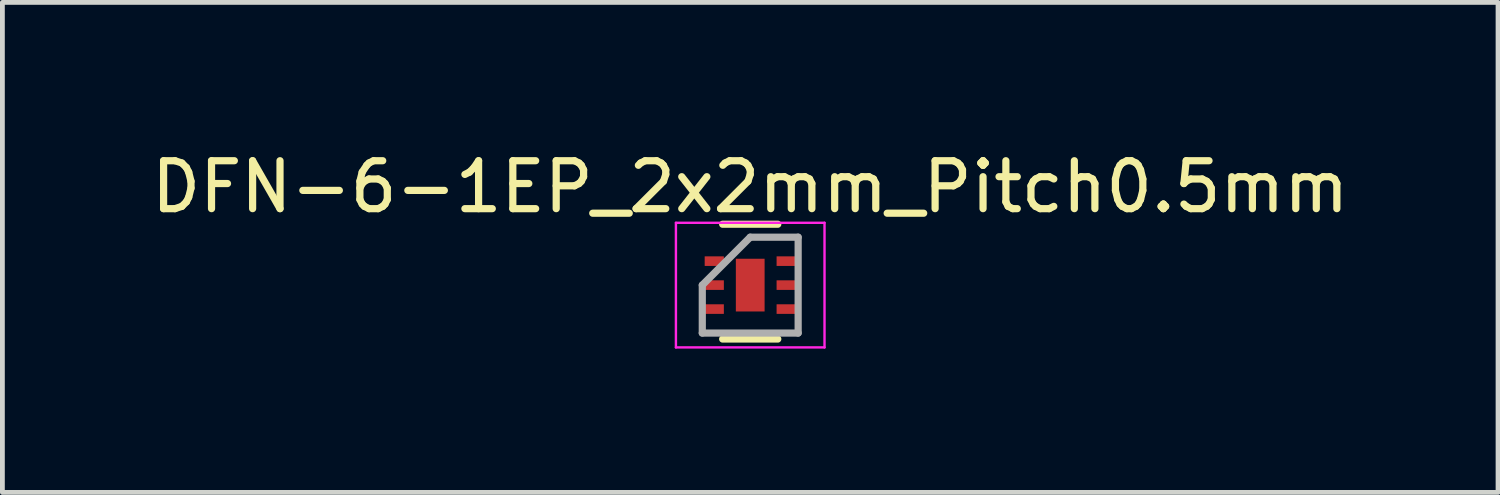
<source format=kicad_pcb>
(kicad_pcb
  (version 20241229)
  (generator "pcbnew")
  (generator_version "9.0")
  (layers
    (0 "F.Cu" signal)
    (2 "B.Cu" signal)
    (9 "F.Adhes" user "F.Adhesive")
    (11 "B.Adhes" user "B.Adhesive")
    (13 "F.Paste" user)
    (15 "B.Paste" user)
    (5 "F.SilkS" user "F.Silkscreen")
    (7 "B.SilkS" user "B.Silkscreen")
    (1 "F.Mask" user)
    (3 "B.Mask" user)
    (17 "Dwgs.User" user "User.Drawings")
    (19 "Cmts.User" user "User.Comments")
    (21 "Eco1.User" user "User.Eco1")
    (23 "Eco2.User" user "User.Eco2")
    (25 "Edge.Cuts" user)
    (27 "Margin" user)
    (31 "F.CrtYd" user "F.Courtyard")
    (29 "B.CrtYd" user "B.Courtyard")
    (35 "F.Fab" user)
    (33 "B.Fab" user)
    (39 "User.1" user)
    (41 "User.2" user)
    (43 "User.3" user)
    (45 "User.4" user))
  (footprint "DFN-6-1EP_2x2mm_Pitch0.5mm"
    (layer "F.Cu")
    (at 12.601 2.898)
    (property "Reference" "DFN-6-1EP_2x2mm_Pitch0.5mm" (at 0 -2.05 0) (layer "F.SilkS") (effects (font (size 1 1) (thickness 0.15))))
    (attr smd)
    (fp_line (start -0.575 -1.27) (end 0.575 -1.27) (stroke (width 0.15) (type solid)) (layer "F.SilkS"))
    (fp_line (start -0.575 1.125) (end 0.575 1.125) (stroke (width 0.15) (type solid)) (layer "F.SilkS"))
    (fp_line (start -1.55 -1.3) (end -1.55 1.3) (stroke (width 0.05) (type solid)) (layer "F.CrtYd"))
    (fp_line (start -1.55 -1.3) (end 1.55 -1.3) (stroke (width 0.05) (type solid)) (layer "F.CrtYd"))
    (fp_line (start -1.55 1.3) (end 1.55 1.3) (stroke (width 0.05) (type solid)) (layer "F.CrtYd"))
    (fp_line (start 1.55 -1.3) (end 1.55 1.3) (stroke (width 0.05) (type solid)) (layer "F.CrtYd"))
    (fp_line (start -1 0) (end 0 -1) (stroke (width 0.15) (type solid)) (layer "F.Fab"))
    (fp_line (start -1 1) (end -1 0) (stroke (width 0.15) (type solid)) (layer "F.Fab"))
    (fp_line (start 0 -1) (end 1 -1) (stroke (width 0.15) (type solid)) (layer "F.Fab"))
    (fp_line (start 1 -1) (end 1 1) (stroke (width 0.15) (type solid)) (layer "F.Fab"))
    (fp_line (start 1 1) (end -1 1) (stroke (width 0.15) (type solid)) (layer "F.Fab"))
    (pad "1" smd rect (at -0.75 -0.5) (size 0.4 0.2) (layers "F.Cu" "F.Mask" "F.Paste"))
    (pad "2" smd rect (at -0.75 0) (size 0.4 0.2) (layers "F.Cu" "F.Mask" "F.Paste"))
    (pad "3" smd rect (at -0.75 0.5) (size 0.4 0.2) (layers "F.Cu" "F.Mask" "F.Paste"))
    (pad "4" smd rect (at 0.75 0.5) (size 0.4 0.2) (layers "F.Cu" "F.Mask" "F.Paste"))
    (pad "5" smd rect (at 0.75 0) (size 0.4 0.2) (layers "F.Cu" "F.Mask" "F.Paste"))
    (pad "6" smd rect (at 0.75 -0.5) (size 0.4 0.2) (layers "F.Cu" "F.Mask" "F.Paste"))
    (pad "7" smd rect (at 0 0) (size 0.6 1.1) (layers "F.Cu" "F.Mask" "F.Paste")))
  (gr_rect
    (start -3 -3)
    (end 28.202 7.223)
    (stroke (width 0.1) (type default))
    (fill no)
    (layer "Edge.Cuts")))
</source>
